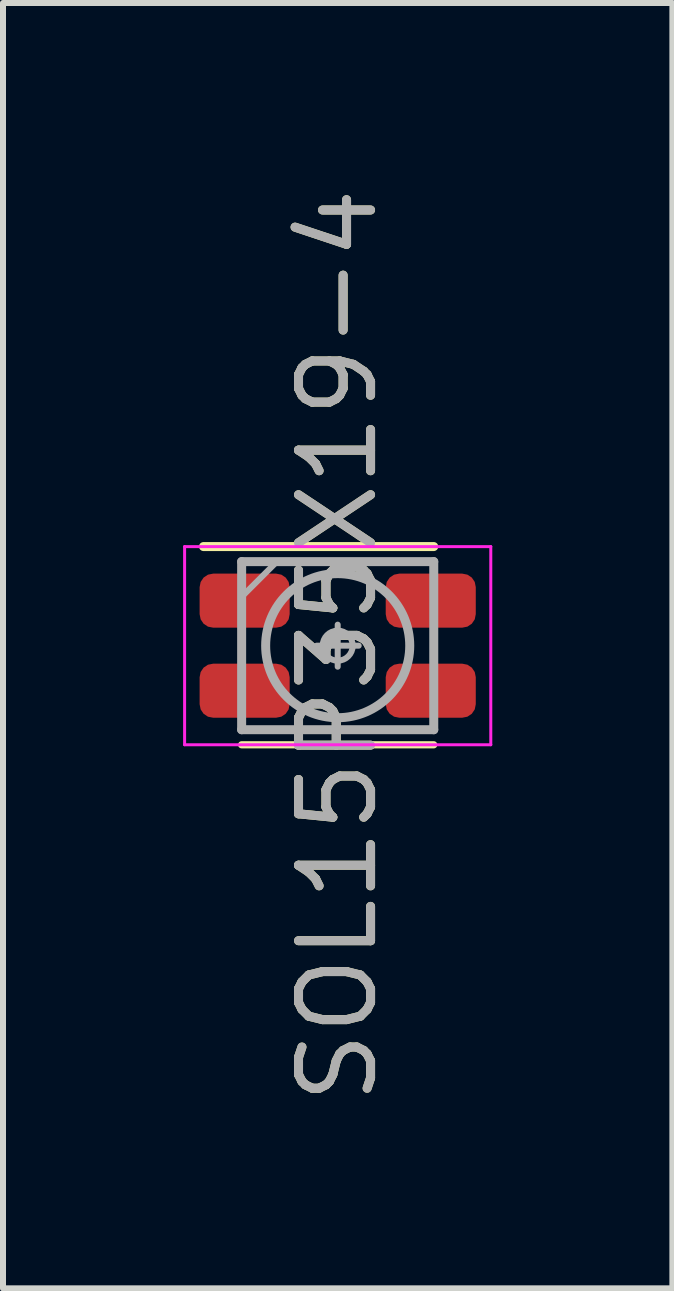
<source format=kicad_pcb>
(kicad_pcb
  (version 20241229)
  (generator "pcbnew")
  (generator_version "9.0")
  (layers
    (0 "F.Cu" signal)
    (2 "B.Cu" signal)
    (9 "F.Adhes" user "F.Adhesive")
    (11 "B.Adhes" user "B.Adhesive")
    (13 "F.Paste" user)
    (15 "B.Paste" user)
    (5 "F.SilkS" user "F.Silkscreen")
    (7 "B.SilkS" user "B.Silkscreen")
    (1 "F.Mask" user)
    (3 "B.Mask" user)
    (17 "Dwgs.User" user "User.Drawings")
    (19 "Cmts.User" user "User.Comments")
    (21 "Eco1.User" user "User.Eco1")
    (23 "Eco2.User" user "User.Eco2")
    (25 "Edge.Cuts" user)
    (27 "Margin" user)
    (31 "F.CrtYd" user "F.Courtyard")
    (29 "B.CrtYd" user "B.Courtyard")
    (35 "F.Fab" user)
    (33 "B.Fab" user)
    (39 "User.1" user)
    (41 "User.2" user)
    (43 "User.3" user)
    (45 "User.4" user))
  (footprint "SOL15P35X19-4"
    (layer "F.Cu")
    (at 2.575 7.705)
    (property "Reference" "SOL15P35X19-4" (at 0 0 90) (layer "F.SilkS") (effects (font (size 1.2 1.2) (thickness 0.15))))
    (attr through_hole)
    (fp_line (start -2.235 -1.651) (end 1.6 -1.651) (stroke (width 0.15) (type solid)) (layer "F.SilkS"))
    (fp_line (start -1.6 1.651) (end 1.6 1.651) (stroke (width 0.12) (type solid)) (layer "F.SilkS"))
    (fp_line (start -2.55 -1.65) (end -2.55 1.65) (stroke (width 0.05) (type solid)) (layer "F.CrtYd"))
    (fp_line (start -2.55 1.65) (end 2.55 1.65) (stroke (width 0.05) (type solid)) (layer "F.CrtYd"))
    (fp_line (start 2.55 -1.65) (end -2.55 -1.65) (stroke (width 0.05) (type solid)) (layer "F.CrtYd"))
    (fp_line (start 2.55 1.65) (end 2.55 -1.65) (stroke (width 0.05) (type solid)) (layer "F.CrtYd"))
    (fp_line (start -1.6 -1.4) (end -1.6 1.4) (stroke (width 0.15) (type solid)) (layer "F.Fab"))
    (fp_line (start -1.6 1.4) (end 1.6 1.4) (stroke (width 0.15) (type solid)) (layer "F.Fab"))
    (fp_line (start -1.016 -1.397) (end -1.6 -0.813) (stroke (width 0.1) (type solid)) (layer "F.Fab"))
    (fp_line (start 0 -0.35) (end 0 0.35) (stroke (width 0.1) (type solid)) (layer "F.Fab"))
    (fp_line (start 0.35 0) (end -0.35 0) (stroke (width 0.1) (type solid)) (layer "F.Fab"))
    (fp_line (start 1.6 -1.4) (end -1.6 -1.4) (stroke (width 0.15) (type solid)) (layer "F.Fab"))
    (fp_line (start 1.6 1.4) (end 1.6 -1.4) (stroke (width 0.15) (type solid)) (layer "F.Fab"))
    (fp_circle (center 0 0) (end 0 1.2) (stroke (width 0.15) (type solid)) (fill no) (layer "F.Fab"))
    (fp_circle (center 0 0) (end 0.25 0) (stroke (width 0.1) (type solid)) (fill no) (layer "F.Fab"))
    (fp_text user "${REFERENCE}" (at 0 0 90) (layer "F.Fab") (effects (font (size 1.2 1.2) (thickness 0.15))))
    (pad "1" smd roundrect (at -1.55 -0.75) (size 1.5 0.9) (layers "F.Cu" "F.Mask" "F.Paste") (roundrect_rratio 0.25))
    (pad "2" smd roundrect (at -1.55 0.75) (size 1.5 0.9) (layers "F.Cu" "F.Mask" "F.Paste") (roundrect_rratio 0.25))
    (pad "3" smd roundrect (at 1.55 0.75) (size 1.5 0.9) (layers "F.Cu" "F.Mask" "F.Paste") (roundrect_rratio 0.25))
    (pad "4" smd roundrect (at 1.55 -0.75) (size 1.5 0.9) (layers "F.Cu" "F.Mask" "F.Paste") (roundrect_rratio 0.25)))
  (gr_rect
    (start -3 -3)
    (end 8.15 18.41)
    (stroke (width 0.1) (type default))
    (fill no)
    (layer "Edge.Cuts")))
</source>
